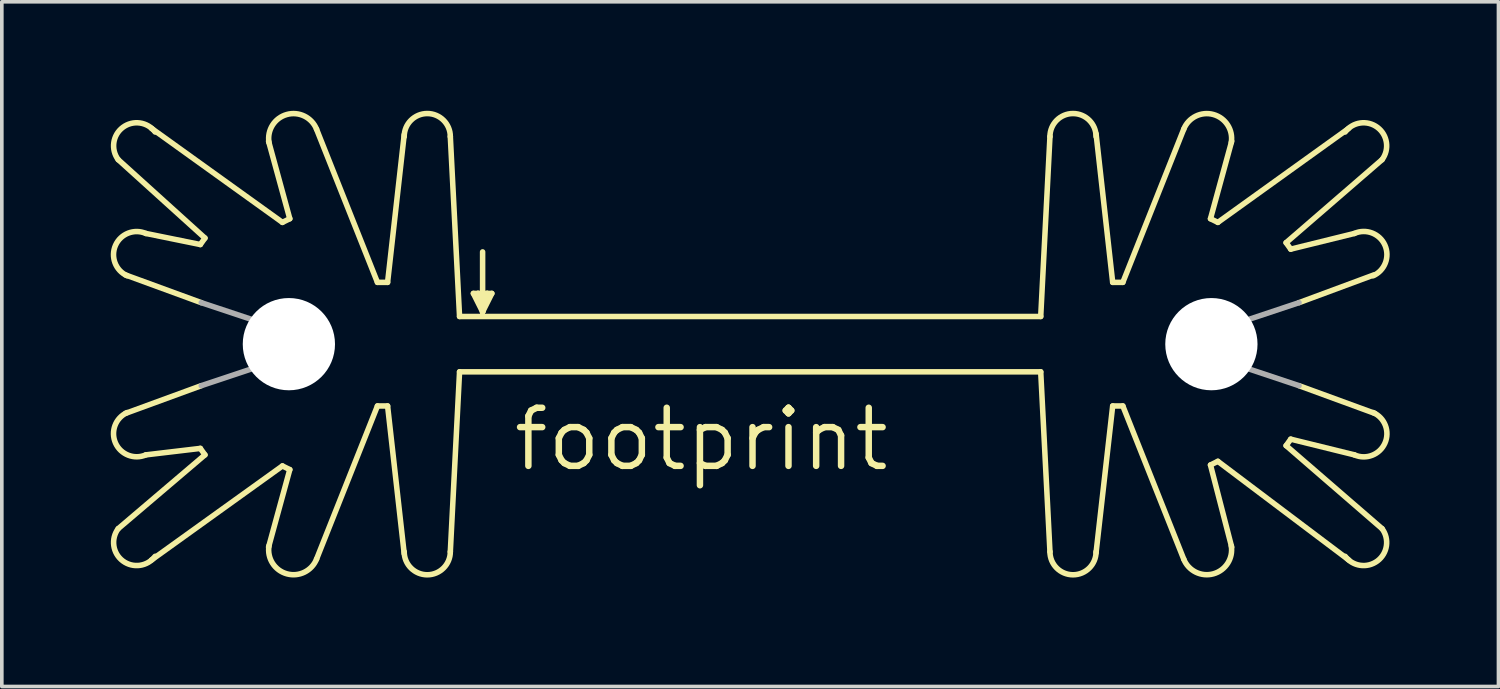
<source format=kicad_pcb>
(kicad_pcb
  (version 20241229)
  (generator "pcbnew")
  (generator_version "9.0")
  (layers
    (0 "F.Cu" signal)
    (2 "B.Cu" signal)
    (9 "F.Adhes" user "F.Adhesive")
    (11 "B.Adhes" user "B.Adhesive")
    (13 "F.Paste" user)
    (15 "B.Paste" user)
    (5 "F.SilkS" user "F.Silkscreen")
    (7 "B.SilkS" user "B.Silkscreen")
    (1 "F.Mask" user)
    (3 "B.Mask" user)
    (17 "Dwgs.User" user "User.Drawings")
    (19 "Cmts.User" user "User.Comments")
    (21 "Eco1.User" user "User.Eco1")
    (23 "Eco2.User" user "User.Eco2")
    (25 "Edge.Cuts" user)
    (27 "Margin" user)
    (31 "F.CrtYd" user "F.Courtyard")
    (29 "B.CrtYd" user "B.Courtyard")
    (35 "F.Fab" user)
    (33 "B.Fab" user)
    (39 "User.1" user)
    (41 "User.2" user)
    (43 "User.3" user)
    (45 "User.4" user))
  (footprint "footprint"
    (layer "F.Cu")
    (at 17.604 5.664)
    (property "Reference" "footprint" (at -6.604 4.318 0) (layer "F.SilkS") (effects (font (size 1.6 1.6) (thickness 0.178)) (justify left bottom)))
    (fp_line (start -15.138 -1.981) (end -16.637 -2.286) (stroke (width 0.152) (type solid)) (layer "F.SilkS"))
    (fp_line (start -15.138 -1.981) (end -15.011 -2.159) (stroke (width 0.152) (type solid)) (layer "F.SilkS"))
    (fp_line (start -15.138 3.632) (end -16.637 3.81) (stroke (width 0.152) (type solid)) (layer "F.SilkS"))
    (fp_line (start -15.138 3.632) (end -15.011 3.81) (stroke (width 0.152) (type solid)) (layer "F.SilkS"))
    (fp_line (start -15.113 -0.381) (end -17.196 -1.143) (stroke (width 0.152) (type solid)) (layer "F.SilkS"))
    (fp_line (start -15.113 1.905) (end -17.196 2.667) (stroke (width 0.152) (type solid)) (layer "F.SilkS"))
    (fp_line (start -15.011 -2.159) (end -17.399 -4.318) (stroke (width 0.152) (type solid)) (layer "F.SilkS"))
    (fp_line (start -15.011 3.81) (end -17.399 5.842) (stroke (width 0.152) (type solid)) (layer "F.SilkS"))
    (fp_line (start -13.259 -4.826) (end -12.675 -2.692) (stroke (width 0.152) (type solid)) (layer "F.SilkS"))
    (fp_line (start -13.259 6.35) (end -12.675 4.216) (stroke (width 0.152) (type solid)) (layer "F.SilkS"))
    (fp_line (start -12.878 -2.591) (end -16.485 -5.182) (stroke (width 0.152) (type solid)) (layer "F.SilkS"))
    (fp_line (start -12.878 4.115) (end -16.485 6.706) (stroke (width 0.152) (type solid)) (layer "F.SilkS"))
    (fp_line (start -12.675 -2.692) (end -12.878 -2.591) (stroke (width 0.152) (type solid)) (layer "F.SilkS"))
    (fp_line (start -12.675 4.216) (end -12.878 4.115) (stroke (width 0.152) (type solid)) (layer "F.SilkS"))
    (fp_line (start -10.262 -0.94) (end -11.938 -5.156) (stroke (width 0.152) (type solid)) (layer "F.SilkS"))
    (fp_line (start -10.262 2.464) (end -11.938 6.68) (stroke (width 0.152) (type solid)) (layer "F.SilkS"))
    (fp_line (start -9.982 -0.94) (end -10.262 -0.94) (stroke (width 0.152) (type solid)) (layer "F.SilkS"))
    (fp_line (start -9.982 -0.94) (end -9.525 -5.004) (stroke (width 0.152) (type solid)) (layer "F.SilkS"))
    (fp_line (start -9.982 2.464) (end -10.262 2.464) (stroke (width 0.152) (type solid)) (layer "F.SilkS"))
    (fp_line (start -9.982 2.464) (end -9.525 6.528) (stroke (width 0.152) (type solid)) (layer "F.SilkS"))
    (fp_line (start -8.255 -4.953) (end -8.001 0) (stroke (width 0.152) (type solid)) (layer "F.SilkS"))
    (fp_line (start -8.255 6.477) (end -8.001 1.524) (stroke (width 0.152) (type solid)) (layer "F.SilkS"))
    (fp_line (start -8.001 0) (end 8.001 0) (stroke (width 0.152) (type solid)) (layer "F.SilkS"))
    (fp_line (start -8.001 1.524) (end 8.001 1.524) (stroke (width 0.152) (type solid)) (layer "F.SilkS"))
    (fp_line (start -7.62 -0.635) (end -7.493 -0.635) (stroke (width 0.152) (type solid)) (layer "F.SilkS"))
    (fp_line (start -7.493 -0.635) (end -7.366 -0.254) (stroke (width 0.152) (type solid)) (layer "F.SilkS"))
    (fp_line (start -7.493 -0.635) (end -7.239 -0.635) (stroke (width 0.152) (type solid)) (layer "F.SilkS"))
    (fp_line (start -7.366 -1.778) (end -7.366 -0.254) (stroke (width 0.152) (type solid)) (layer "F.SilkS"))
    (fp_line (start -7.366 -0.254) (end -7.366 -0.127) (stroke (width 0.152) (type solid)) (layer "F.SilkS"))
    (fp_line (start -7.366 -0.127) (end -7.62 -0.635) (stroke (width 0.152) (type solid)) (layer "F.SilkS"))
    (fp_line (start -7.366 -0.127) (end -7.239 -0.635) (stroke (width 0.152) (type solid)) (layer "F.SilkS"))
    (fp_line (start -7.239 -0.635) (end -7.112 -0.635) (stroke (width 0.152) (type solid)) (layer "F.SilkS"))
    (fp_line (start -7.112 -0.635) (end -7.366 -0.127) (stroke (width 0.152) (type solid)) (layer "F.SilkS"))
    (fp_line (start 8.255 -4.953) (end 8.001 0) (stroke (width 0.152) (type solid)) (layer "F.SilkS"))
    (fp_line (start 8.255 6.477) (end 8.001 1.524) (stroke (width 0.152) (type solid)) (layer "F.SilkS"))
    (fp_line (start 9.982 -0.94) (end 9.525 -5.029) (stroke (width 0.152) (type solid)) (layer "F.SilkS"))
    (fp_line (start 9.982 -0.94) (end 10.262 -0.94) (stroke (width 0.152) (type solid)) (layer "F.SilkS"))
    (fp_line (start 9.982 2.464) (end 9.525 6.502) (stroke (width 0.152) (type solid)) (layer "F.SilkS"))
    (fp_line (start 9.982 2.464) (end 10.262 2.464) (stroke (width 0.152) (type solid)) (layer "F.SilkS"))
    (fp_line (start 10.262 -0.94) (end 11.938 -5.156) (stroke (width 0.152) (type solid)) (layer "F.SilkS"))
    (fp_line (start 10.262 2.464) (end 11.938 6.68) (stroke (width 0.152) (type solid)) (layer "F.SilkS"))
    (fp_line (start 12.675 -2.692) (end 12.878 -2.591) (stroke (width 0.152) (type solid)) (layer "F.SilkS"))
    (fp_line (start 12.675 4.089) (end 12.878 3.988) (stroke (width 0.152) (type solid)) (layer "F.SilkS"))
    (fp_line (start 12.878 -2.591) (end 16.485 -5.182) (stroke (width 0.152) (type solid)) (layer "F.SilkS"))
    (fp_line (start 12.878 3.988) (end 16.485 6.706) (stroke (width 0.152) (type solid)) (layer "F.SilkS"))
    (fp_line (start 13.259 -4.826) (end 12.675 -2.692) (stroke (width 0.152) (type solid)) (layer "F.SilkS"))
    (fp_line (start 13.259 6.35) (end 12.675 4.089) (stroke (width 0.152) (type solid)) (layer "F.SilkS"))
    (fp_line (start 14.757 -2.032) (end 17.399 -4.318) (stroke (width 0.152) (type solid)) (layer "F.SilkS"))
    (fp_line (start 14.757 3.556) (end 17.399 5.842) (stroke (width 0.152) (type solid)) (layer "F.SilkS"))
    (fp_line (start 14.884 -1.854) (end 14.757 -2.032) (stroke (width 0.152) (type solid)) (layer "F.SilkS"))
    (fp_line (start 14.884 -1.854) (end 16.637 -2.286) (stroke (width 0.152) (type solid)) (layer "F.SilkS"))
    (fp_line (start 14.884 3.378) (end 14.757 3.556) (stroke (width 0.152) (type solid)) (layer "F.SilkS"))
    (fp_line (start 14.884 3.378) (end 16.637 3.81) (stroke (width 0.152) (type solid)) (layer "F.SilkS"))
    (fp_line (start 15.113 -0.381) (end 17.17 -1.143) (stroke (width 0.152) (type solid)) (layer "F.SilkS"))
    (fp_line (start 15.113 1.905) (end 17.196 2.667) (stroke (width 0.152) (type solid)) (layer "F.SilkS"))
    (fp_arc (start -17.399 -4.318) (mid -17.272 -5.207) (end -16.383 -5.08) (stroke (width 0.1524) (type solid)) (layer "F.SilkS"))
    (fp_arc (start -17.1546 -1.1219) (mid -17.472969 -1.960453) (end -16.637098 -2.285799) (stroke (width 0.1524) (type solid)) (layer "F.SilkS"))
    (fp_arc (start -16.637098 3.809799) (mid -17.472969 3.484453) (end -17.1546 2.6459) (stroke (width 0.1524) (type solid)) (layer "F.SilkS"))
    (fp_arc (start -16.383 6.604) (mid -17.272 6.731) (end -17.399 5.842) (stroke (width 0.1524) (type solid)) (layer "F.SilkS"))
    (fp_arc (start -13.2476 -4.7898) (mid -12.757219 -5.561011) (end -11.9378 -5.1563) (stroke (width 0.1524) (type solid)) (layer "F.SilkS"))
    (fp_arc (start -11.9378 6.6803) (mid -12.757219 7.08501) (end -13.2476 6.3138) (stroke (width 0.1524) (type solid)) (layer "F.SilkS"))
    (fp_arc (start -9.525 -4.953) (mid -8.89 -5.588) (end -8.255 -4.953) (stroke (width 0.1524) (type solid)) (layer "F.SilkS"))
    (fp_arc (start -8.255 6.477) (mid -8.89 7.112) (end -9.525 6.477) (stroke (width 0.1524) (type solid)) (layer "F.SilkS"))
    (fp_arc (start 8.255 -4.953) (mid 8.89 -5.588) (end 9.525 -4.953) (stroke (width 0.1524) (type solid)) (layer "F.SilkS"))
    (fp_arc (start 9.525 6.477) (mid 8.89 7.112) (end 8.255 6.477) (stroke (width 0.1524) (type solid)) (layer "F.SilkS"))
    (fp_arc (start 11.938 -5.1562) (mid 12.757182 -5.560805) (end 13.247399 -4.789798) (stroke (width 0.1524) (type solid)) (layer "F.SilkS"))
    (fp_arc (start 13.247399 6.313798) (mid 12.757182 7.084805) (end 11.938 6.6802) (stroke (width 0.1524) (type solid)) (layer "F.SilkS"))
    (fp_arc (start 16.383 -5.08) (mid 17.272 -5.207) (end 17.399 -4.318) (stroke (width 0.1524) (type solid)) (layer "F.SilkS"))
    (fp_arc (start 16.637 -2.286) (mid 17.47317 -1.960551) (end 17.154698 -1.121699) (stroke (width 0.1524) (type solid)) (layer "F.SilkS"))
    (fp_arc (start 17.154698 2.645699) (mid 17.47317 3.484551) (end 16.637 3.81) (stroke (width 0.1524) (type solid)) (layer "F.SilkS"))
    (fp_arc (start 17.399 5.842) (mid 17.272 6.731) (end 16.383 6.604) (stroke (width 0.1524) (type solid)) (layer "F.SilkS"))
    (fp_line (start -13.589 0.127) (end -15.113 -0.381) (stroke (width 0.152) (type solid)) (layer "F.Fab"))
    (fp_line (start -13.589 1.397) (end -15.113 1.905) (stroke (width 0.152) (type solid)) (layer "F.Fab"))
    (fp_line (start 13.589 0.127) (end 15.113 -0.381) (stroke (width 0.152) (type solid)) (layer "F.Fab"))
    (fp_line (start 13.589 1.397) (end 15.113 1.905) (stroke (width 0.152) (type solid)) (layer "F.Fab"))
    (fp_arc (start -13.589 0.127) (mid -11.607505 0.762) (end -13.589 1.397) (stroke (width 0.1524) (type solid)) (layer "F.Fab"))
    (fp_arc (start 13.608899 1.367901) (mid 11.607721 0.779382) (end 13.589 0.127) (stroke (width 0.1524) (type solid)) (layer "F.Fab"))
    (pad "" np_thru_hole circle (at -12.7 0.762) (size 2.54 2.54) (drill 2.54) (layers "*.Cu" "*.Mask"))
    (pad "" np_thru_hole circle (at 12.7 0.762) (size 2.54 2.54) (drill 2.54) (layers "*.Cu" "*.Mask")))
  (gr_rect
    (start -3 -3)
    (end 38.208 15.852)
    (stroke (width 0.1) (type default))
    (fill no)
    (layer "Edge.Cuts")))
</source>
